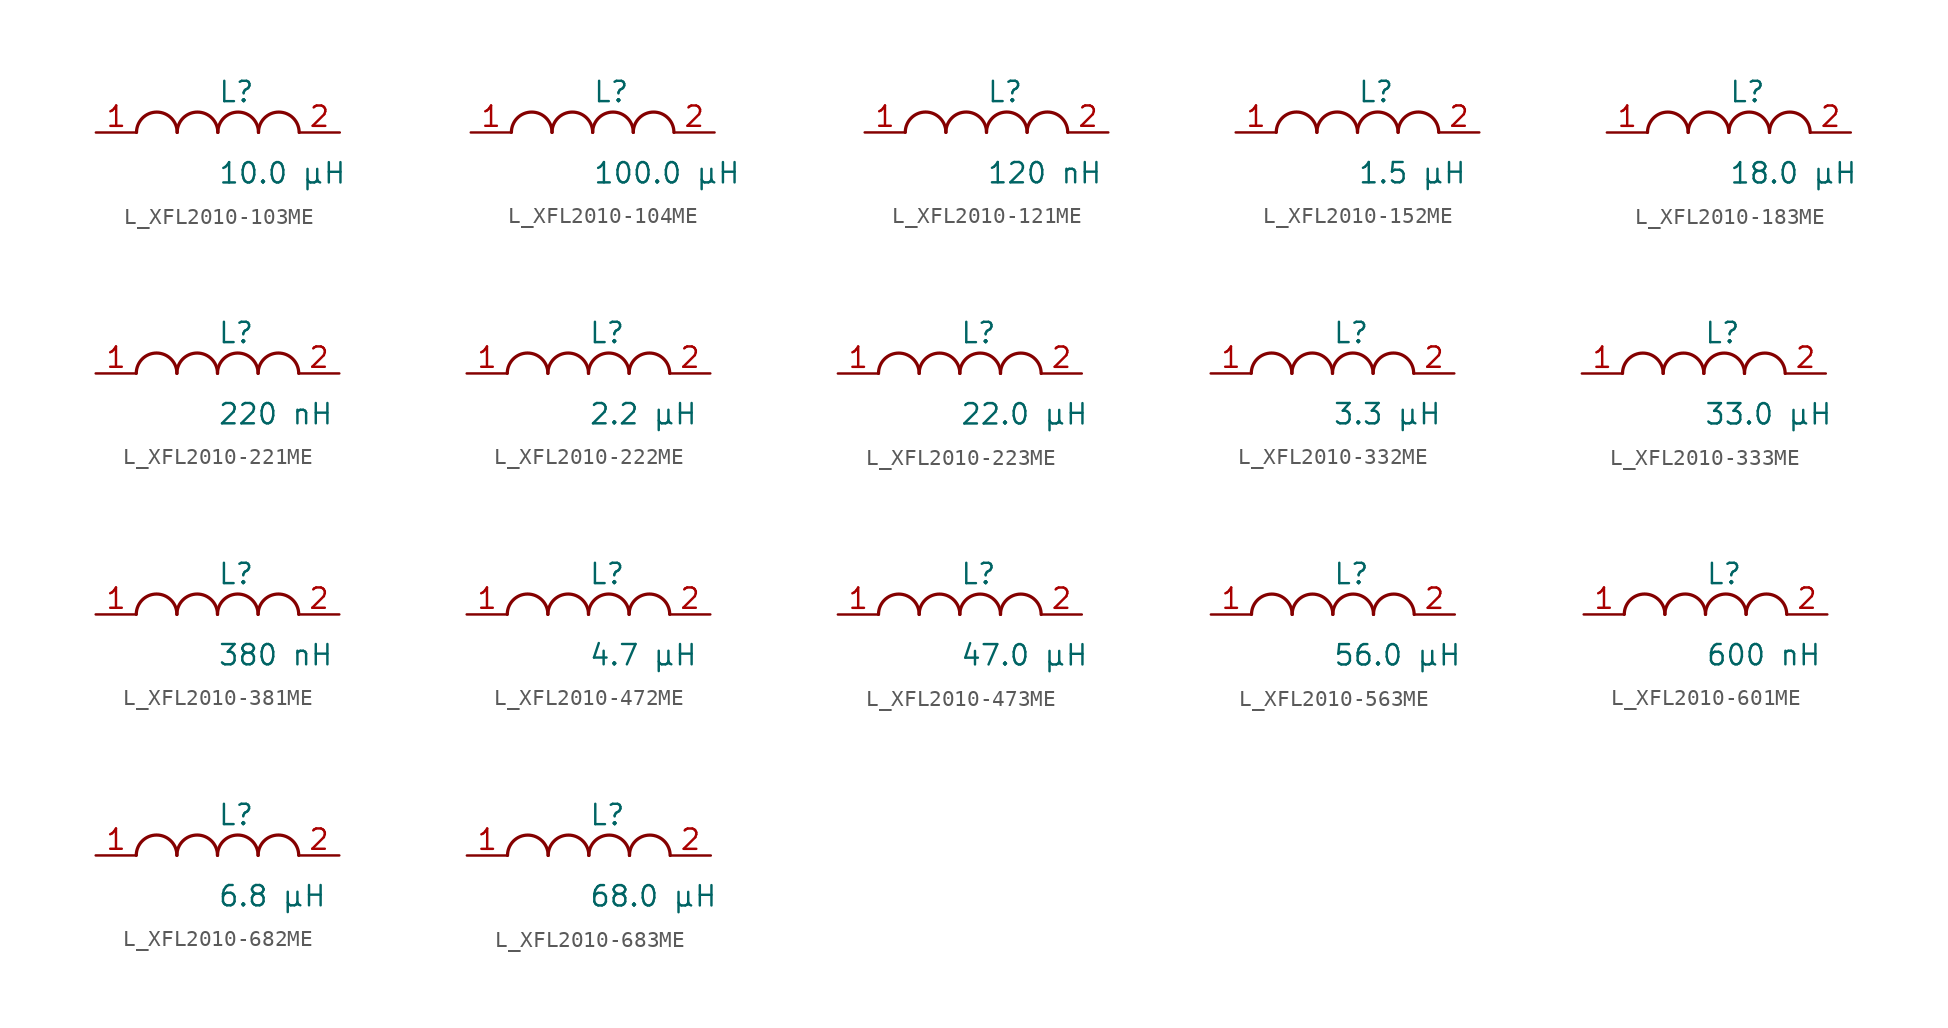
<source format=kicad_sym>
(kicad_symbol_lib
  (version 20231120)
  (generator kicad_symbol_editor)
  (generator_version 8.0)
  (symbol "L_XFL2010-103ME"
    (pin_names
      (offset 0.254))
    (property "Reference" "L"
      (at 0.0 2.54 0)
      (effects (font (size 1.27 1.27)) (justify left)))
    (property "Value" "10.0 µH"
      (at 0.0 -2.54 0)
      (effects (font (size 1.27 1.27)) (justify left)))
    (symbol "L_XFL2010-103ME_1_1"
      (arc (start -2.54 0.0056) (mid -3.81 1.27) (end -5.08 0.0056) (stroke (width 0.2032) (type default)) (fill (type none)))
      (arc (start 0 0.0056) (mid -1.27 1.27) (end -2.54 0.0056) (stroke (width 0.2032) (type default)) (fill (type none)))
      (arc (start 2.54 0.0056) (mid 1.27 1.27) (end 0 0.0056) (stroke (width 0.2032) (type default)) (fill (type none)))
      (arc (start 5.08 0.0056) (mid 3.81 1.27) (end 2.54 0.0056) (stroke (width 0.2032) (type default)) (fill (type none)))
      (pin unspecified line (at -7.62 0 0) (length 2.54) (name "" (effects (font (size 1.27 1.27)))) (number "1" (effects (font (size 1.27 1.27)))))
      (pin unspecified line (at 7.62 0 180) (length 2.54) (name "" (effects (font (size 1.27 1.27)))) (number "2" (effects (font (size 1.27 1.27)))))))
  (symbol "L_XFL2010-104ME"
    (pin_names
      (offset 0.254))
    (property "Reference" "L"
      (at 0.0 2.54 0)
      (effects (font (size 1.27 1.27)) (justify left)))
    (property "Value" "100.0 µH"
      (at 0.0 -2.54 0)
      (effects (font (size 1.27 1.27)) (justify left)))
    (symbol "L_XFL2010-104ME_1_1"
      (arc (start -2.54 0.0056) (mid -3.81 1.27) (end -5.08 0.0056) (stroke (width 0.2032) (type default)) (fill (type none)))
      (arc (start 0 0.0056) (mid -1.27 1.27) (end -2.54 0.0056) (stroke (width 0.2032) (type default)) (fill (type none)))
      (arc (start 2.54 0.0056) (mid 1.27 1.27) (end 0 0.0056) (stroke (width 0.2032) (type default)) (fill (type none)))
      (arc (start 5.08 0.0056) (mid 3.81 1.27) (end 2.54 0.0056) (stroke (width 0.2032) (type default)) (fill (type none)))
      (pin unspecified line (at -7.62 0 0) (length 2.54) (name "" (effects (font (size 1.27 1.27)))) (number "1" (effects (font (size 1.27 1.27)))))
      (pin unspecified line (at 7.62 0 180) (length 2.54) (name "" (effects (font (size 1.27 1.27)))) (number "2" (effects (font (size 1.27 1.27)))))))
  (symbol "L_XFL2010-121ME"
    (pin_names
      (offset 0.254))
    (property "Reference" "L"
      (at 0.0 2.54 0)
      (effects (font (size 1.27 1.27)) (justify left)))
    (property "Value" "120 nH"
      (at 0.0 -2.54 0)
      (effects (font (size 1.27 1.27)) (justify left)))
    (symbol "L_XFL2010-121ME_1_1"
      (arc (start -2.54 0.0056) (mid -3.81 1.27) (end -5.08 0.0056) (stroke (width 0.2032) (type default)) (fill (type none)))
      (arc (start 0 0.0056) (mid -1.27 1.27) (end -2.54 0.0056) (stroke (width 0.2032) (type default)) (fill (type none)))
      (arc (start 2.54 0.0056) (mid 1.27 1.27) (end 0 0.0056) (stroke (width 0.2032) (type default)) (fill (type none)))
      (arc (start 5.08 0.0056) (mid 3.81 1.27) (end 2.54 0.0056) (stroke (width 0.2032) (type default)) (fill (type none)))
      (pin unspecified line (at -7.62 0 0) (length 2.54) (name "" (effects (font (size 1.27 1.27)))) (number "1" (effects (font (size 1.27 1.27)))))
      (pin unspecified line (at 7.62 0 180) (length 2.54) (name "" (effects (font (size 1.27 1.27)))) (number "2" (effects (font (size 1.27 1.27)))))))
  (symbol "L_XFL2010-152ME"
    (pin_names
      (offset 0.254))
    (property "Reference" "L"
      (at 0.0 2.54 0)
      (effects (font (size 1.27 1.27)) (justify left)))
    (property "Value" "1.5 µH"
      (at 0.0 -2.54 0)
      (effects (font (size 1.27 1.27)) (justify left)))
    (symbol "L_XFL2010-152ME_1_1"
      (arc (start -2.54 0.0056) (mid -3.81 1.27) (end -5.08 0.0056) (stroke (width 0.2032) (type default)) (fill (type none)))
      (arc (start 0 0.0056) (mid -1.27 1.27) (end -2.54 0.0056) (stroke (width 0.2032) (type default)) (fill (type none)))
      (arc (start 2.54 0.0056) (mid 1.27 1.27) (end 0 0.0056) (stroke (width 0.2032) (type default)) (fill (type none)))
      (arc (start 5.08 0.0056) (mid 3.81 1.27) (end 2.54 0.0056) (stroke (width 0.2032) (type default)) (fill (type none)))
      (pin unspecified line (at -7.62 0 0) (length 2.54) (name "" (effects (font (size 1.27 1.27)))) (number "1" (effects (font (size 1.27 1.27)))))
      (pin unspecified line (at 7.62 0 180) (length 2.54) (name "" (effects (font (size 1.27 1.27)))) (number "2" (effects (font (size 1.27 1.27)))))))
  (symbol "L_XFL2010-183ME"
    (pin_names
      (offset 0.254))
    (property "Reference" "L"
      (at 0.0 2.54 0)
      (effects (font (size 1.27 1.27)) (justify left)))
    (property "Value" "18.0 µH"
      (at 0.0 -2.54 0)
      (effects (font (size 1.27 1.27)) (justify left)))
    (symbol "L_XFL2010-183ME_1_1"
      (arc (start -2.54 0.0056) (mid -3.81 1.27) (end -5.08 0.0056) (stroke (width 0.2032) (type default)) (fill (type none)))
      (arc (start 0 0.0056) (mid -1.27 1.27) (end -2.54 0.0056) (stroke (width 0.2032) (type default)) (fill (type none)))
      (arc (start 2.54 0.0056) (mid 1.27 1.27) (end 0 0.0056) (stroke (width 0.2032) (type default)) (fill (type none)))
      (arc (start 5.08 0.0056) (mid 3.81 1.27) (end 2.54 0.0056) (stroke (width 0.2032) (type default)) (fill (type none)))
      (pin unspecified line (at -7.62 0 0) (length 2.54) (name "" (effects (font (size 1.27 1.27)))) (number "1" (effects (font (size 1.27 1.27)))))
      (pin unspecified line (at 7.62 0 180) (length 2.54) (name "" (effects (font (size 1.27 1.27)))) (number "2" (effects (font (size 1.27 1.27)))))))
  (symbol "L_XFL2010-221ME"
    (pin_names
      (offset 0.254))
    (property "Reference" "L"
      (at 0.0 2.54 0)
      (effects (font (size 1.27 1.27)) (justify left)))
    (property "Value" "220 nH"
      (at 0.0 -2.54 0)
      (effects (font (size 1.27 1.27)) (justify left)))
    (symbol "L_XFL2010-221ME_1_1"
      (arc (start -2.54 0.0056) (mid -3.81 1.27) (end -5.08 0.0056) (stroke (width 0.2032) (type default)) (fill (type none)))
      (arc (start 0 0.0056) (mid -1.27 1.27) (end -2.54 0.0056) (stroke (width 0.2032) (type default)) (fill (type none)))
      (arc (start 2.54 0.0056) (mid 1.27 1.27) (end 0 0.0056) (stroke (width 0.2032) (type default)) (fill (type none)))
      (arc (start 5.08 0.0056) (mid 3.81 1.27) (end 2.54 0.0056) (stroke (width 0.2032) (type default)) (fill (type none)))
      (pin unspecified line (at -7.62 0 0) (length 2.54) (name "" (effects (font (size 1.27 1.27)))) (number "1" (effects (font (size 1.27 1.27)))))
      (pin unspecified line (at 7.62 0 180) (length 2.54) (name "" (effects (font (size 1.27 1.27)))) (number "2" (effects (font (size 1.27 1.27)))))))
  (symbol "L_XFL2010-222ME"
    (pin_names
      (offset 0.254))
    (property "Reference" "L"
      (at 0.0 2.54 0)
      (effects (font (size 1.27 1.27)) (justify left)))
    (property "Value" "2.2 µH"
      (at 0.0 -2.54 0)
      (effects (font (size 1.27 1.27)) (justify left)))
    (symbol "L_XFL2010-222ME_1_1"
      (arc (start -2.54 0.0056) (mid -3.81 1.27) (end -5.08 0.0056) (stroke (width 0.2032) (type default)) (fill (type none)))
      (arc (start 0 0.0056) (mid -1.27 1.27) (end -2.54 0.0056) (stroke (width 0.2032) (type default)) (fill (type none)))
      (arc (start 2.54 0.0056) (mid 1.27 1.27) (end 0 0.0056) (stroke (width 0.2032) (type default)) (fill (type none)))
      (arc (start 5.08 0.0056) (mid 3.81 1.27) (end 2.54 0.0056) (stroke (width 0.2032) (type default)) (fill (type none)))
      (pin unspecified line (at -7.62 0 0) (length 2.54) (name "" (effects (font (size 1.27 1.27)))) (number "1" (effects (font (size 1.27 1.27)))))
      (pin unspecified line (at 7.62 0 180) (length 2.54) (name "" (effects (font (size 1.27 1.27)))) (number "2" (effects (font (size 1.27 1.27)))))))
  (symbol "L_XFL2010-223ME"
    (pin_names
      (offset 0.254))
    (property "Reference" "L"
      (at 0.0 2.54 0)
      (effects (font (size 1.27 1.27)) (justify left)))
    (property "Value" "22.0 µH"
      (at 0.0 -2.54 0)
      (effects (font (size 1.27 1.27)) (justify left)))
    (symbol "L_XFL2010-223ME_1_1"
      (arc (start -2.54 0.0056) (mid -3.81 1.27) (end -5.08 0.0056) (stroke (width 0.2032) (type default)) (fill (type none)))
      (arc (start 0 0.0056) (mid -1.27 1.27) (end -2.54 0.0056) (stroke (width 0.2032) (type default)) (fill (type none)))
      (arc (start 2.54 0.0056) (mid 1.27 1.27) (end 0 0.0056) (stroke (width 0.2032) (type default)) (fill (type none)))
      (arc (start 5.08 0.0056) (mid 3.81 1.27) (end 2.54 0.0056) (stroke (width 0.2032) (type default)) (fill (type none)))
      (pin unspecified line (at -7.62 0 0) (length 2.54) (name "" (effects (font (size 1.27 1.27)))) (number "1" (effects (font (size 1.27 1.27)))))
      (pin unspecified line (at 7.62 0 180) (length 2.54) (name "" (effects (font (size 1.27 1.27)))) (number "2" (effects (font (size 1.27 1.27)))))))
  (symbol "L_XFL2010-332ME"
    (pin_names
      (offset 0.254))
    (property "Reference" "L"
      (at 0.0 2.54 0)
      (effects (font (size 1.27 1.27)) (justify left)))
    (property "Value" "3.3 µH"
      (at 0.0 -2.54 0)
      (effects (font (size 1.27 1.27)) (justify left)))
    (symbol "L_XFL2010-332ME_1_1"
      (arc (start -2.54 0.0056) (mid -3.81 1.27) (end -5.08 0.0056) (stroke (width 0.2032) (type default)) (fill (type none)))
      (arc (start 0 0.0056) (mid -1.27 1.27) (end -2.54 0.0056) (stroke (width 0.2032) (type default)) (fill (type none)))
      (arc (start 2.54 0.0056) (mid 1.27 1.27) (end 0 0.0056) (stroke (width 0.2032) (type default)) (fill (type none)))
      (arc (start 5.08 0.0056) (mid 3.81 1.27) (end 2.54 0.0056) (stroke (width 0.2032) (type default)) (fill (type none)))
      (pin unspecified line (at -7.62 0 0) (length 2.54) (name "" (effects (font (size 1.27 1.27)))) (number "1" (effects (font (size 1.27 1.27)))))
      (pin unspecified line (at 7.62 0 180) (length 2.54) (name "" (effects (font (size 1.27 1.27)))) (number "2" (effects (font (size 1.27 1.27)))))))
  (symbol "L_XFL2010-333ME"
    (pin_names
      (offset 0.254))
    (property "Reference" "L"
      (at 0.0 2.54 0)
      (effects (font (size 1.27 1.27)) (justify left)))
    (property "Value" "33.0 µH"
      (at 0.0 -2.54 0)
      (effects (font (size 1.27 1.27)) (justify left)))
    (symbol "L_XFL2010-333ME_1_1"
      (arc (start -2.54 0.0056) (mid -3.81 1.27) (end -5.08 0.0056) (stroke (width 0.2032) (type default)) (fill (type none)))
      (arc (start 0 0.0056) (mid -1.27 1.27) (end -2.54 0.0056) (stroke (width 0.2032) (type default)) (fill (type none)))
      (arc (start 2.54 0.0056) (mid 1.27 1.27) (end 0 0.0056) (stroke (width 0.2032) (type default)) (fill (type none)))
      (arc (start 5.08 0.0056) (mid 3.81 1.27) (end 2.54 0.0056) (stroke (width 0.2032) (type default)) (fill (type none)))
      (pin unspecified line (at -7.62 0 0) (length 2.54) (name "" (effects (font (size 1.27 1.27)))) (number "1" (effects (font (size 1.27 1.27)))))
      (pin unspecified line (at 7.62 0 180) (length 2.54) (name "" (effects (font (size 1.27 1.27)))) (number "2" (effects (font (size 1.27 1.27)))))))
  (symbol "L_XFL2010-381ME"
    (pin_names
      (offset 0.254))
    (property "Reference" "L"
      (at 0.0 2.54 0)
      (effects (font (size 1.27 1.27)) (justify left)))
    (property "Value" "380 nH"
      (at 0.0 -2.54 0)
      (effects (font (size 1.27 1.27)) (justify left)))
    (symbol "L_XFL2010-381ME_1_1"
      (arc (start -2.54 0.0056) (mid -3.81 1.27) (end -5.08 0.0056) (stroke (width 0.2032) (type default)) (fill (type none)))
      (arc (start 0 0.0056) (mid -1.27 1.27) (end -2.54 0.0056) (stroke (width 0.2032) (type default)) (fill (type none)))
      (arc (start 2.54 0.0056) (mid 1.27 1.27) (end 0 0.0056) (stroke (width 0.2032) (type default)) (fill (type none)))
      (arc (start 5.08 0.0056) (mid 3.81 1.27) (end 2.54 0.0056) (stroke (width 0.2032) (type default)) (fill (type none)))
      (pin unspecified line (at -7.62 0 0) (length 2.54) (name "" (effects (font (size 1.27 1.27)))) (number "1" (effects (font (size 1.27 1.27)))))
      (pin unspecified line (at 7.62 0 180) (length 2.54) (name "" (effects (font (size 1.27 1.27)))) (number "2" (effects (font (size 1.27 1.27)))))))
  (symbol "L_XFL2010-472ME"
    (pin_names
      (offset 0.254))
    (property "Reference" "L"
      (at 0.0 2.54 0)
      (effects (font (size 1.27 1.27)) (justify left)))
    (property "Value" "4.7 µH"
      (at 0.0 -2.54 0)
      (effects (font (size 1.27 1.27)) (justify left)))
    (symbol "L_XFL2010-472ME_1_1"
      (arc (start -2.54 0.0056) (mid -3.81 1.27) (end -5.08 0.0056) (stroke (width 0.2032) (type default)) (fill (type none)))
      (arc (start 0 0.0056) (mid -1.27 1.27) (end -2.54 0.0056) (stroke (width 0.2032) (type default)) (fill (type none)))
      (arc (start 2.54 0.0056) (mid 1.27 1.27) (end 0 0.0056) (stroke (width 0.2032) (type default)) (fill (type none)))
      (arc (start 5.08 0.0056) (mid 3.81 1.27) (end 2.54 0.0056) (stroke (width 0.2032) (type default)) (fill (type none)))
      (pin unspecified line (at -7.62 0 0) (length 2.54) (name "" (effects (font (size 1.27 1.27)))) (number "1" (effects (font (size 1.27 1.27)))))
      (pin unspecified line (at 7.62 0 180) (length 2.54) (name "" (effects (font (size 1.27 1.27)))) (number "2" (effects (font (size 1.27 1.27)))))))
  (symbol "L_XFL2010-473ME"
    (pin_names
      (offset 0.254))
    (property "Reference" "L"
      (at 0.0 2.54 0)
      (effects (font (size 1.27 1.27)) (justify left)))
    (property "Value" "47.0 µH"
      (at 0.0 -2.54 0)
      (effects (font (size 1.27 1.27)) (justify left)))
    (symbol "L_XFL2010-473ME_1_1"
      (arc (start -2.54 0.0056) (mid -3.81 1.27) (end -5.08 0.0056) (stroke (width 0.2032) (type default)) (fill (type none)))
      (arc (start 0 0.0056) (mid -1.27 1.27) (end -2.54 0.0056) (stroke (width 0.2032) (type default)) (fill (type none)))
      (arc (start 2.54 0.0056) (mid 1.27 1.27) (end 0 0.0056) (stroke (width 0.2032) (type default)) (fill (type none)))
      (arc (start 5.08 0.0056) (mid 3.81 1.27) (end 2.54 0.0056) (stroke (width 0.2032) (type default)) (fill (type none)))
      (pin unspecified line (at -7.62 0 0) (length 2.54) (name "" (effects (font (size 1.27 1.27)))) (number "1" (effects (font (size 1.27 1.27)))))
      (pin unspecified line (at 7.62 0 180) (length 2.54) (name "" (effects (font (size 1.27 1.27)))) (number "2" (effects (font (size 1.27 1.27)))))))
  (symbol "L_XFL2010-563ME"
    (pin_names
      (offset 0.254))
    (property "Reference" "L"
      (at 0.0 2.54 0)
      (effects (font (size 1.27 1.27)) (justify left)))
    (property "Value" "56.0 µH"
      (at 0.0 -2.54 0)
      (effects (font (size 1.27 1.27)) (justify left)))
    (symbol "L_XFL2010-563ME_1_1"
      (arc (start -2.54 0.0056) (mid -3.81 1.27) (end -5.08 0.0056) (stroke (width 0.2032) (type default)) (fill (type none)))
      (arc (start 0 0.0056) (mid -1.27 1.27) (end -2.54 0.0056) (stroke (width 0.2032) (type default)) (fill (type none)))
      (arc (start 2.54 0.0056) (mid 1.27 1.27) (end 0 0.0056) (stroke (width 0.2032) (type default)) (fill (type none)))
      (arc (start 5.08 0.0056) (mid 3.81 1.27) (end 2.54 0.0056) (stroke (width 0.2032) (type default)) (fill (type none)))
      (pin unspecified line (at -7.62 0 0) (length 2.54) (name "" (effects (font (size 1.27 1.27)))) (number "1" (effects (font (size 1.27 1.27)))))
      (pin unspecified line (at 7.62 0 180) (length 2.54) (name "" (effects (font (size 1.27 1.27)))) (number "2" (effects (font (size 1.27 1.27)))))))
  (symbol "L_XFL2010-601ME"
    (pin_names
      (offset 0.254))
    (property "Reference" "L"
      (at 0.0 2.54 0)
      (effects (font (size 1.27 1.27)) (justify left)))
    (property "Value" "600 nH"
      (at 0.0 -2.54 0)
      (effects (font (size 1.27 1.27)) (justify left)))
    (symbol "L_XFL2010-601ME_1_1"
      (arc (start -2.54 0.0056) (mid -3.81 1.27) (end -5.08 0.0056) (stroke (width 0.2032) (type default)) (fill (type none)))
      (arc (start 0 0.0056) (mid -1.27 1.27) (end -2.54 0.0056) (stroke (width 0.2032) (type default)) (fill (type none)))
      (arc (start 2.54 0.0056) (mid 1.27 1.27) (end 0 0.0056) (stroke (width 0.2032) (type default)) (fill (type none)))
      (arc (start 5.08 0.0056) (mid 3.81 1.27) (end 2.54 0.0056) (stroke (width 0.2032) (type default)) (fill (type none)))
      (pin unspecified line (at -7.62 0 0) (length 2.54) (name "" (effects (font (size 1.27 1.27)))) (number "1" (effects (font (size 1.27 1.27)))))
      (pin unspecified line (at 7.62 0 180) (length 2.54) (name "" (effects (font (size 1.27 1.27)))) (number "2" (effects (font (size 1.27 1.27)))))))
  (symbol "L_XFL2010-682ME"
    (pin_names
      (offset 0.254))
    (property "Reference" "L"
      (at 0.0 2.54 0)
      (effects (font (size 1.27 1.27)) (justify left)))
    (property "Value" "6.8 µH"
      (at 0.0 -2.54 0)
      (effects (font (size 1.27 1.27)) (justify left)))
    (symbol "L_XFL2010-682ME_1_1"
      (arc (start -2.54 0.0056) (mid -3.81 1.27) (end -5.08 0.0056) (stroke (width 0.2032) (type default)) (fill (type none)))
      (arc (start 0 0.0056) (mid -1.27 1.27) (end -2.54 0.0056) (stroke (width 0.2032) (type default)) (fill (type none)))
      (arc (start 2.54 0.0056) (mid 1.27 1.27) (end 0 0.0056) (stroke (width 0.2032) (type default)) (fill (type none)))
      (arc (start 5.08 0.0056) (mid 3.81 1.27) (end 2.54 0.0056) (stroke (width 0.2032) (type default)) (fill (type none)))
      (pin unspecified line (at -7.62 0 0) (length 2.54) (name "" (effects (font (size 1.27 1.27)))) (number "1" (effects (font (size 1.27 1.27)))))
      (pin unspecified line (at 7.62 0 180) (length 2.54) (name "" (effects (font (size 1.27 1.27)))) (number "2" (effects (font (size 1.27 1.27)))))))
  (symbol "L_XFL2010-683ME"
    (pin_names
      (offset 0.254))
    (property "Reference" "L"
      (at 0.0 2.54 0)
      (effects (font (size 1.27 1.27)) (justify left)))
    (property "Value" "68.0 µH"
      (at 0.0 -2.54 0)
      (effects (font (size 1.27 1.27)) (justify left)))
    (symbol "L_XFL2010-683ME_1_1"
      (arc (start -2.54 0.0056) (mid -3.81 1.27) (end -5.08 0.0056) (stroke (width 0.2032) (type default)) (fill (type none)))
      (arc (start 0 0.0056) (mid -1.27 1.27) (end -2.54 0.0056) (stroke (width 0.2032) (type default)) (fill (type none)))
      (arc (start 2.54 0.0056) (mid 1.27 1.27) (end 0 0.0056) (stroke (width 0.2032) (type default)) (fill (type none)))
      (arc (start 5.08 0.0056) (mid 3.81 1.27) (end 2.54 0.0056) (stroke (width 0.2032) (type default)) (fill (type none)))
      (pin unspecified line (at -7.62 0 0) (length 2.54) (name "" (effects (font (size 1.27 1.27)))) (number "1" (effects (font (size 1.27 1.27)))))
      (pin unspecified line (at 7.62 0 180) (length 2.54) (name "" (effects (font (size 1.27 1.27)))) (number "2" (effects (font (size 1.27 1.27))))))))
</source>
